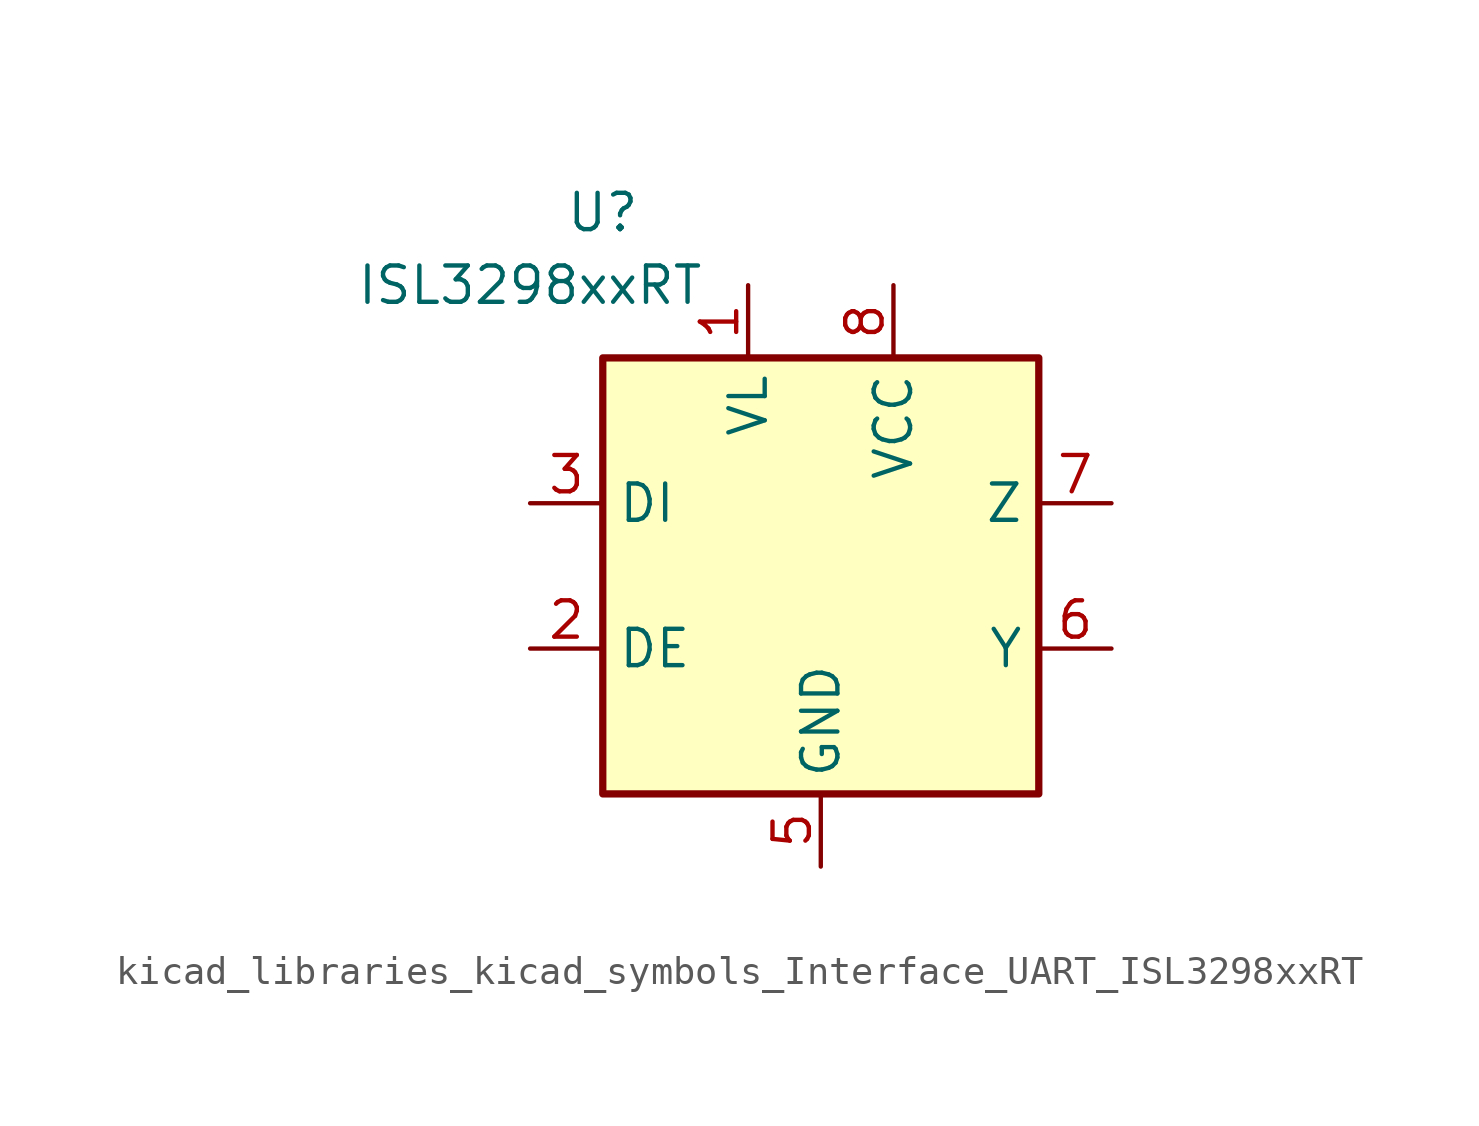
<source format=kicad_sym>
(kicad_symbol_lib
  (version 20220914)
  (generator kicad_symbol_editor)
  (symbol "kicad_libraries_kicad_symbols_Interface_UART_ISL3298xxRT"
    (property "Reference" "U"
      (at -7.62 12.7 0)
      (effects (font (size 1.27 1.27))))
    (property "Value" "ISL3298xxRT"
      (at -10.16 10.16 0)
      (effects (font (size 1.27 1.27))))
    (symbol "kicad_libraries_kicad_symbols_Interface_UART_ISL3298xxRT_0_1"
      (polyline (pts (xy -7.62 7.62) (xy 7.62 7.62) (xy 7.62 -7.62) (xy -7.62 -7.62) (xy -7.62 7.62)) (stroke (width 0.254) (type default)) (fill (type background))))
    (symbol "kicad_libraries_kicad_symbols_Interface_UART_ISL3298xxRT_1_1"
      (pin power_in line (at -2.54 10.16 270) (length 2.54) (name "VL" (effects (font (size 1.27 1.27)))) (number "1" (effects (font (size 1.27 1.27)))))
      (pin input line (at -10.16 -2.54 0) (length 2.54) (name "DE" (effects (font (size 1.27 1.27)))) (number "2" (effects (font (size 1.27 1.27)))))
      (pin input line (at -10.16 2.54 0) (length 2.54) (name "DI" (effects (font (size 1.27 1.27)))) (number "3" (effects (font (size 1.27 1.27)))))
      (pin passive line (at 0 -10.16 90) (length 2.54) hide (name "GND" (effects (font (size 1.27 1.27)))) (number "4" (effects (font (size 1.27 1.27)))))
      (pin power_in line (at 0 -10.16 90) (length 2.54) (name "GND" (effects (font (size 1.27 1.27)))) (number "5" (effects (font (size 1.27 1.27)))))
      (pin output line (at 10.16 -2.54 180) (length 2.54) (name "Y" (effects (font (size 1.27 1.27)))) (number "6" (effects (font (size 1.27 1.27)))))
      (pin output line (at 10.16 2.54 180) (length 2.54) (name "Z" (effects (font (size 1.27 1.27)))) (number "7" (effects (font (size 1.27 1.27)))))
      (pin power_in line (at 2.54 10.16 270) (length 2.54) (name "VCC" (effects (font (size 1.27 1.27)))) (number "8" (effects (font (size 1.27 1.27)))))
      (pin passive line (at 0 -10.16 90) (length 2.54) hide (name "GND" (effects (font (size 1.27 1.27)))) (number "9" (effects (font (size 1.27 1.27))))))))
</source>
